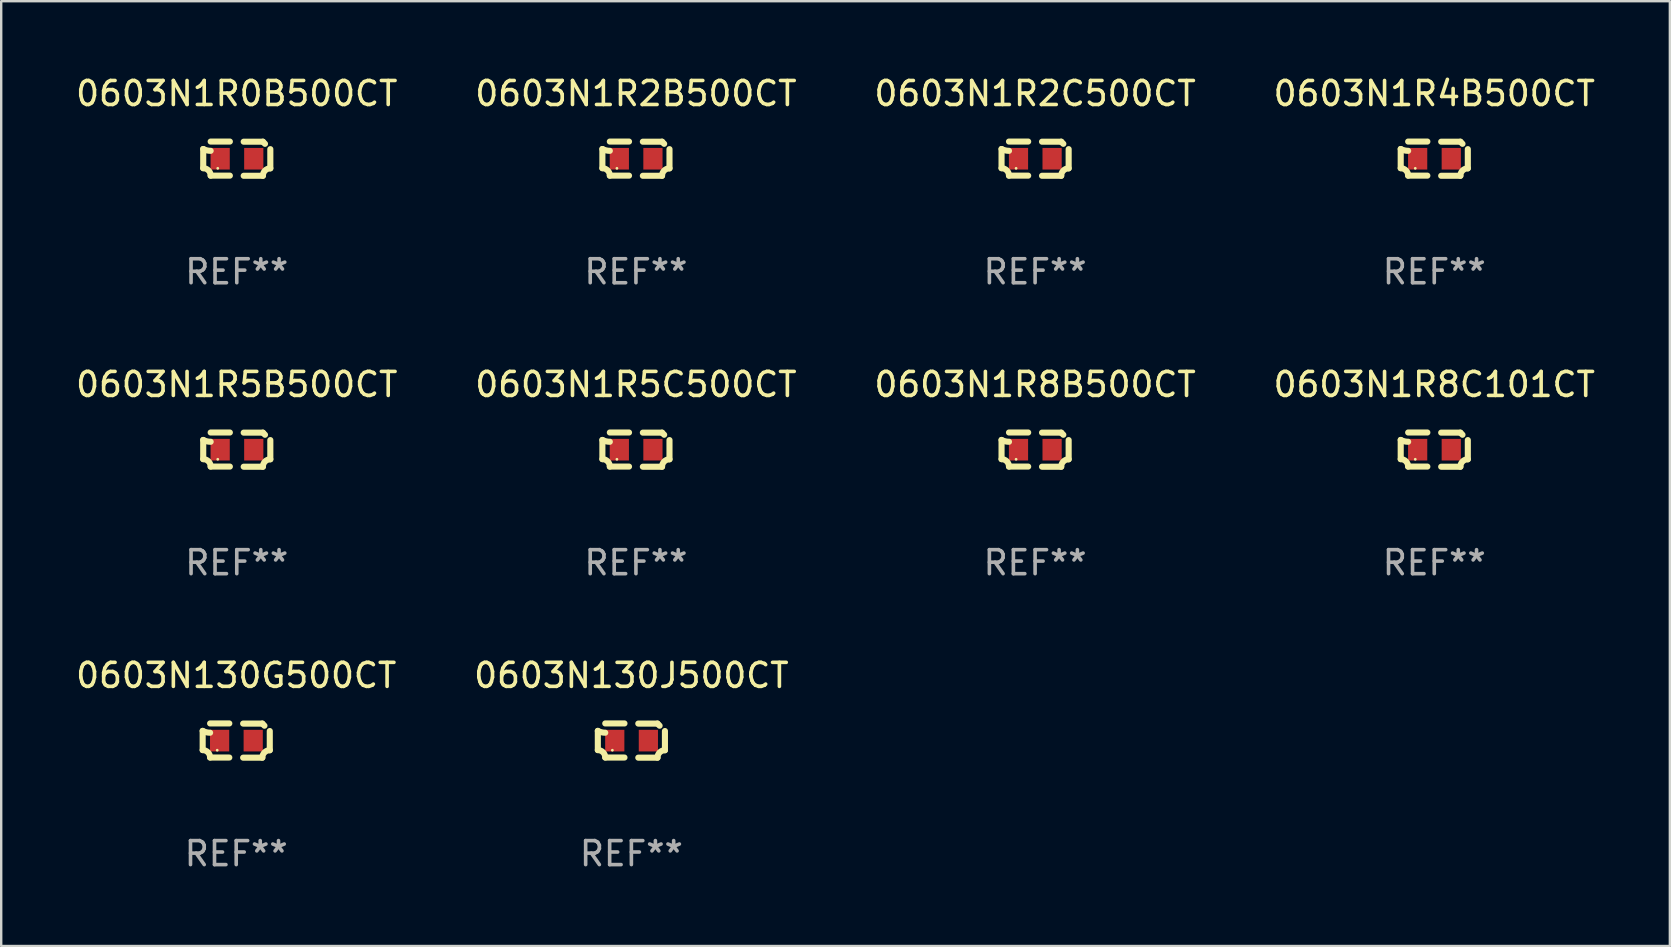
<source format=kicad_pcb>
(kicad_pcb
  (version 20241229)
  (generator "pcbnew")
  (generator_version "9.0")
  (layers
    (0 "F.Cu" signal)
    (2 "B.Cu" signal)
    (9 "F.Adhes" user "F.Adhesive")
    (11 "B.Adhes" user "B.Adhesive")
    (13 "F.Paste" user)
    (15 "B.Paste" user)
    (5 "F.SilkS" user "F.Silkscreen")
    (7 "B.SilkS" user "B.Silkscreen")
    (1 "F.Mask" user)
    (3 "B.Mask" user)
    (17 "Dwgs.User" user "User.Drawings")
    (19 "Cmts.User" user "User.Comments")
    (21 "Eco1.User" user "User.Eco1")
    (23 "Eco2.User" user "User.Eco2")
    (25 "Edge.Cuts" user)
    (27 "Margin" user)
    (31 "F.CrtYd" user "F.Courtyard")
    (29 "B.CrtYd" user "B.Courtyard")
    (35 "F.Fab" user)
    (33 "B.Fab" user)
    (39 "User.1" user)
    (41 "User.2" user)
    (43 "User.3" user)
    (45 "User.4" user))
  (footprint "0603N1R2B500CT"
    (layer "F.Cu")
    (at 23.446 3.561)
    (property "Reference" "0603N1R2B500CT" (at 0 -2.713 0) (layer "F.SilkS") (effects (font (size 1 1) (thickness 0.15))))
    (attr through_hole)
    (fp_line (start -1.398 -0.403) (end -1.398 0.397) (stroke (width 0.254) (type solid)) (layer "F.SilkS"))
    (fp_line (start -0.288 -0.713) (end -1.088 -0.713) (stroke (width 0.254) (type solid)) (layer "F.SilkS"))
    (fp_line (start -0.288 0.707) (end -1.088 0.707) (stroke (width 0.254) (type solid)) (layer "F.SilkS"))
    (fp_line (start 0.288 -0.707) (end 1.088 -0.707) (stroke (width 0.254) (type solid)) (layer "F.SilkS"))
    (fp_line (start 0.288 0.713) (end 1.088 0.713) (stroke (width 0.254) (type solid)) (layer "F.SilkS"))
    (fp_line (start 1.398 -0.397) (end 1.398 0.403) (stroke (width 0.254) (type solid)) (layer "F.SilkS"))
    (fp_arc (start -1.397789 0.397066) (mid -1.178701 0.487826) (end -1.08796 0.706922) (stroke (width 0.254001) (type solid)) (layer "F.SilkS"))
    (fp_arc (start -1.08796 -0.327176) (mid -1.247436 -0.346384) (end -1.39779 -0.402908) (stroke (width 0.254001) (type solid)) (layer "F.SilkS"))
    (fp_arc (start 1.087909 0.712738) (mid 1.178656 0.493655) (end 1.397739 0.402908) (stroke (width 0.254001) (type solid)) (layer "F.SilkS"))
    (fp_arc (start 1.175925 -0.618926) (mid 1.131917 -0.662923) (end 1.08791 -0.706922) (stroke (width 0.254001) (type solid)) (layer "F.SilkS"))
    (fp_circle (center -0.792 0.403) (end -0.762 0.403) (stroke (width 0.06) (type solid)) (fill no) (layer "F.SilkS"))
    (fp_text user "REF**" (at 0 4.713 0) (layer "F.Fab") (effects (font (size 1 1) (thickness 0.15))))
    (pad "1" smd rect (at -0.692 0.003) (size 0.8 0.9) (layers "F.Cu" "F.Mask" "F.Paste"))
    (pad "2" smd rect (at 0.708 0.003) (size 0.8 0.9) (layers "F.Cu" "F.Mask" "F.Paste")))
  (footprint "0603N1R5B500CT"
    (layer "F.Cu")
    (at 6.815 15.683)
    (property "Reference" "0603N1R5B500CT" (at 0 -2.713 0) (layer "F.SilkS") (effects (font (size 1 1) (thickness 0.15))))
    (attr through_hole)
    (fp_line (start -1.398 -0.403) (end -1.398 0.397) (stroke (width 0.254) (type solid)) (layer "F.SilkS"))
    (fp_line (start -0.288 -0.713) (end -1.088 -0.713) (stroke (width 0.254) (type solid)) (layer "F.SilkS"))
    (fp_line (start -0.288 0.707) (end -1.088 0.707) (stroke (width 0.254) (type solid)) (layer "F.SilkS"))
    (fp_line (start 0.288 -0.707) (end 1.088 -0.707) (stroke (width 0.254) (type solid)) (layer "F.SilkS"))
    (fp_line (start 0.288 0.713) (end 1.088 0.713) (stroke (width 0.254) (type solid)) (layer "F.SilkS"))
    (fp_line (start 1.398 -0.397) (end 1.398 0.403) (stroke (width 0.254) (type solid)) (layer "F.SilkS"))
    (fp_arc (start -1.397789 0.397066) (mid -1.178701 0.487826) (end -1.08796 0.706922) (stroke (width 0.254001) (type solid)) (layer "F.SilkS"))
    (fp_arc (start -1.08796 -0.327176) (mid -1.247436 -0.346384) (end -1.39779 -0.402908) (stroke (width 0.254001) (type solid)) (layer "F.SilkS"))
    (fp_arc (start 1.087909 0.712738) (mid 1.178656 0.493655) (end 1.397739 0.402908) (stroke (width 0.254001) (type solid)) (layer "F.SilkS"))
    (fp_arc (start 1.175925 -0.618926) (mid 1.131917 -0.662923) (end 1.08791 -0.706922) (stroke (width 0.254001) (type solid)) (layer "F.SilkS"))
    (fp_circle (center -0.792 0.403) (end -0.762 0.403) (stroke (width 0.06) (type solid)) (fill no) (layer "F.SilkS"))
    (fp_text user "REF**" (at 0 4.713 0) (layer "F.Fab") (effects (font (size 1 1) (thickness 0.15))))
    (pad "1" smd rect (at -0.692 0.003) (size 0.8 0.9) (layers "F.Cu" "F.Mask" "F.Paste"))
    (pad "2" smd rect (at 0.708 0.003) (size 0.8 0.9) (layers "F.Cu" "F.Mask" "F.Paste")))
  (footprint "0603N130J500CT"
    (layer "F.Cu")
    (at 23.256 27.805)
    (property "Reference" "0603N130J500CT" (at 0 -2.713 0) (layer "F.SilkS") (effects (font (size 1 1) (thickness 0.15))))
    (attr through_hole)
    (fp_line (start -1.398 -0.403) (end -1.398 0.397) (stroke (width 0.254) (type solid)) (layer "F.SilkS"))
    (fp_line (start -0.288 -0.713) (end -1.088 -0.713) (stroke (width 0.254) (type solid)) (layer "F.SilkS"))
    (fp_line (start -0.288 0.707) (end -1.088 0.707) (stroke (width 0.254) (type solid)) (layer "F.SilkS"))
    (fp_line (start 0.288 -0.707) (end 1.088 -0.707) (stroke (width 0.254) (type solid)) (layer "F.SilkS"))
    (fp_line (start 0.288 0.713) (end 1.088 0.713) (stroke (width 0.254) (type solid)) (layer "F.SilkS"))
    (fp_line (start 1.398 -0.397) (end 1.398 0.403) (stroke (width 0.254) (type solid)) (layer "F.SilkS"))
    (fp_arc (start -1.397789 0.397066) (mid -1.178701 0.487826) (end -1.08796 0.706922) (stroke (width 0.254001) (type solid)) (layer "F.SilkS"))
    (fp_arc (start -1.08796 -0.327176) (mid -1.247436 -0.346384) (end -1.39779 -0.402908) (stroke (width 0.254001) (type solid)) (layer "F.SilkS"))
    (fp_arc (start 1.087909 0.712738) (mid 1.178656 0.493655) (end 1.397739 0.402908) (stroke (width 0.254001) (type solid)) (layer "F.SilkS"))
    (fp_arc (start 1.175925 -0.618926) (mid 1.131917 -0.662923) (end 1.08791 -0.706922) (stroke (width 0.254001) (type solid)) (layer "F.SilkS"))
    (fp_circle (center -0.792 0.403) (end -0.762 0.403) (stroke (width 0.06) (type solid)) (fill no) (layer "F.SilkS"))
    (fp_text user "REF**" (at 0 4.713 0) (layer "F.Fab") (effects (font (size 1 1) (thickness 0.15))))
    (pad "1" smd rect (at -0.692 0.003) (size 0.8 0.9) (layers "F.Cu" "F.Mask" "F.Paste"))
    (pad "2" smd rect (at 0.708 0.003) (size 0.8 0.9) (layers "F.Cu" "F.Mask" "F.Paste")))
  (footprint "0603N1R8B500CT"
    (layer "F.Cu")
    (at 40.077 15.683)
    (property "Reference" "0603N1R8B500CT" (at 0 -2.713 0) (layer "F.SilkS") (effects (font (size 1 1) (thickness 0.15))))
    (attr through_hole)
    (fp_line (start -1.398 -0.403) (end -1.398 0.397) (stroke (width 0.254) (type solid)) (layer "F.SilkS"))
    (fp_line (start -0.288 -0.713) (end -1.088 -0.713) (stroke (width 0.254) (type solid)) (layer "F.SilkS"))
    (fp_line (start -0.288 0.707) (end -1.088 0.707) (stroke (width 0.254) (type solid)) (layer "F.SilkS"))
    (fp_line (start 0.288 -0.707) (end 1.088 -0.707) (stroke (width 0.254) (type solid)) (layer "F.SilkS"))
    (fp_line (start 0.288 0.713) (end 1.088 0.713) (stroke (width 0.254) (type solid)) (layer "F.SilkS"))
    (fp_line (start 1.398 -0.397) (end 1.398 0.403) (stroke (width 0.254) (type solid)) (layer "F.SilkS"))
    (fp_arc (start -1.397789 0.397066) (mid -1.178701 0.487826) (end -1.08796 0.706922) (stroke (width 0.254001) (type solid)) (layer "F.SilkS"))
    (fp_arc (start -1.08796 -0.327176) (mid -1.247436 -0.346384) (end -1.39779 -0.402908) (stroke (width 0.254001) (type solid)) (layer "F.SilkS"))
    (fp_arc (start 1.087909 0.712738) (mid 1.178656 0.493655) (end 1.397739 0.402908) (stroke (width 0.254001) (type solid)) (layer "F.SilkS"))
    (fp_arc (start 1.175925 -0.618926) (mid 1.131917 -0.662923) (end 1.08791 -0.706922) (stroke (width 0.254001) (type solid)) (layer "F.SilkS"))
    (fp_circle (center -0.792 0.403) (end -0.762 0.403) (stroke (width 0.06) (type solid)) (fill no) (layer "F.SilkS"))
    (fp_text user "REF**" (at 0 4.713 0) (layer "F.Fab") (effects (font (size 1 1) (thickness 0.15))))
    (pad "1" smd rect (at -0.692 0.003) (size 0.8 0.9) (layers "F.Cu" "F.Mask" "F.Paste"))
    (pad "2" smd rect (at 0.708 0.003) (size 0.8 0.9) (layers "F.Cu" "F.Mask" "F.Paste")))
  (footprint "0603N130G500CT"
    (layer "F.Cu")
    (at 6.792 27.805)
    (property "Reference" "0603N130G500CT" (at 0 -2.713 0) (layer "F.SilkS") (effects (font (size 1 1) (thickness 0.15))))
    (attr through_hole)
    (fp_line (start -1.398 -0.403) (end -1.398 0.397) (stroke (width 0.254) (type solid)) (layer "F.SilkS"))
    (fp_line (start -0.288 -0.713) (end -1.088 -0.713) (stroke (width 0.254) (type solid)) (layer "F.SilkS"))
    (fp_line (start -0.288 0.707) (end -1.088 0.707) (stroke (width 0.254) (type solid)) (layer "F.SilkS"))
    (fp_line (start 0.288 -0.707) (end 1.088 -0.707) (stroke (width 0.254) (type solid)) (layer "F.SilkS"))
    (fp_line (start 0.288 0.713) (end 1.088 0.713) (stroke (width 0.254) (type solid)) (layer "F.SilkS"))
    (fp_line (start 1.398 -0.397) (end 1.398 0.403) (stroke (width 0.254) (type solid)) (layer "F.SilkS"))
    (fp_arc (start -1.397789 0.397066) (mid -1.178701 0.487826) (end -1.08796 0.706922) (stroke (width 0.254001) (type solid)) (layer "F.SilkS"))
    (fp_arc (start -1.08796 -0.327176) (mid -1.247436 -0.346384) (end -1.39779 -0.402908) (stroke (width 0.254001) (type solid)) (layer "F.SilkS"))
    (fp_arc (start 1.087909 0.712738) (mid 1.178656 0.493655) (end 1.397739 0.402908) (stroke (width 0.254001) (type solid)) (layer "F.SilkS"))
    (fp_arc (start 1.175925 -0.618926) (mid 1.131917 -0.662923) (end 1.08791 -0.706922) (stroke (width 0.254001) (type solid)) (layer "F.SilkS"))
    (fp_circle (center -0.792 0.403) (end -0.762 0.403) (stroke (width 0.06) (type solid)) (fill no) (layer "F.SilkS"))
    (fp_text user "REF**" (at 0 4.713 0) (layer "F.Fab") (effects (font (size 1 1) (thickness 0.15))))
    (pad "1" smd rect (at -0.692 0.003) (size 0.8 0.9) (layers "F.Cu" "F.Mask" "F.Paste"))
    (pad "2" smd rect (at 0.708 0.003) (size 0.8 0.9) (layers "F.Cu" "F.Mask" "F.Paste")))
  (footprint "0603N1R2C500CT"
    (layer "F.Cu")
    (at 40.077 3.561)
    (property "Reference" "0603N1R2C500CT" (at 0 -2.713 0) (layer "F.SilkS") (effects (font (size 1 1) (thickness 0.15))))
    (attr through_hole)
    (fp_line (start -1.398 -0.403) (end -1.398 0.397) (stroke (width 0.254) (type solid)) (layer "F.SilkS"))
    (fp_line (start -0.288 -0.713) (end -1.088 -0.713) (stroke (width 0.254) (type solid)) (layer "F.SilkS"))
    (fp_line (start -0.288 0.707) (end -1.088 0.707) (stroke (width 0.254) (type solid)) (layer "F.SilkS"))
    (fp_line (start 0.288 -0.707) (end 1.088 -0.707) (stroke (width 0.254) (type solid)) (layer "F.SilkS"))
    (fp_line (start 0.288 0.713) (end 1.088 0.713) (stroke (width 0.254) (type solid)) (layer "F.SilkS"))
    (fp_line (start 1.398 -0.397) (end 1.398 0.403) (stroke (width 0.254) (type solid)) (layer "F.SilkS"))
    (fp_arc (start -1.397789 0.397066) (mid -1.178701 0.487826) (end -1.08796 0.706922) (stroke (width 0.254001) (type solid)) (layer "F.SilkS"))
    (fp_arc (start -1.08796 -0.327176) (mid -1.247436 -0.346384) (end -1.39779 -0.402908) (stroke (width 0.254001) (type solid)) (layer "F.SilkS"))
    (fp_arc (start 1.087909 0.712738) (mid 1.178656 0.493655) (end 1.397739 0.402908) (stroke (width 0.254001) (type solid)) (layer "F.SilkS"))
    (fp_arc (start 1.175925 -0.618926) (mid 1.131917 -0.662923) (end 1.08791 -0.706922) (stroke (width 0.254001) (type solid)) (layer "F.SilkS"))
    (fp_circle (center -0.792 0.403) (end -0.762 0.403) (stroke (width 0.06) (type solid)) (fill no) (layer "F.SilkS"))
    (fp_text user "REF**" (at 0 4.713 0) (layer "F.Fab") (effects (font (size 1 1) (thickness 0.15))))
    (pad "1" smd rect (at -0.692 0.003) (size 0.8 0.9) (layers "F.Cu" "F.Mask" "F.Paste"))
    (pad "2" smd rect (at 0.708 0.003) (size 0.8 0.9) (layers "F.Cu" "F.Mask" "F.Paste")))
  (footprint "0603N1R8C101CT"
    (layer "F.Cu")
    (at 56.708 15.683)
    (property "Reference" "0603N1R8C101CT" (at 0 -2.713 0) (layer "F.SilkS") (effects (font (size 1 1) (thickness 0.15))))
    (attr through_hole)
    (fp_line (start -1.398 -0.403) (end -1.398 0.397) (stroke (width 0.254) (type solid)) (layer "F.SilkS"))
    (fp_line (start -0.288 -0.713) (end -1.088 -0.713) (stroke (width 0.254) (type solid)) (layer "F.SilkS"))
    (fp_line (start -0.288 0.707) (end -1.088 0.707) (stroke (width 0.254) (type solid)) (layer "F.SilkS"))
    (fp_line (start 0.288 -0.707) (end 1.088 -0.707) (stroke (width 0.254) (type solid)) (layer "F.SilkS"))
    (fp_line (start 0.288 0.713) (end 1.088 0.713) (stroke (width 0.254) (type solid)) (layer "F.SilkS"))
    (fp_line (start 1.398 -0.397) (end 1.398 0.403) (stroke (width 0.254) (type solid)) (layer "F.SilkS"))
    (fp_arc (start -1.397789 0.397066) (mid -1.178701 0.487826) (end -1.08796 0.706922) (stroke (width 0.254001) (type solid)) (layer "F.SilkS"))
    (fp_arc (start -1.08796 -0.327176) (mid -1.247436 -0.346384) (end -1.39779 -0.402908) (stroke (width 0.254001) (type solid)) (layer "F.SilkS"))
    (fp_arc (start 1.087909 0.712738) (mid 1.178656 0.493655) (end 1.397739 0.402908) (stroke (width 0.254001) (type solid)) (layer "F.SilkS"))
    (fp_arc (start 1.175925 -0.618926) (mid 1.131917 -0.662923) (end 1.08791 -0.706922) (stroke (width 0.254001) (type solid)) (layer "F.SilkS"))
    (fp_circle (center -0.792 0.403) (end -0.762 0.403) (stroke (width 0.06) (type solid)) (fill no) (layer "F.SilkS"))
    (fp_text user "REF**" (at 0 4.713 0) (layer "F.Fab") (effects (font (size 1 1) (thickness 0.15))))
    (pad "1" smd rect (at -0.692 0.003) (size 0.8 0.9) (layers "F.Cu" "F.Mask" "F.Paste"))
    (pad "2" smd rect (at 0.708 0.003) (size 0.8 0.9) (layers "F.Cu" "F.Mask" "F.Paste")))
  (footprint "0603N1R4B500CT"
    (layer "F.Cu")
    (at 56.708 3.561)
    (property "Reference" "0603N1R4B500CT" (at 0 -2.713 0) (layer "F.SilkS") (effects (font (size 1 1) (thickness 0.15))))
    (attr through_hole)
    (fp_line (start -1.398 -0.403) (end -1.398 0.397) (stroke (width 0.254) (type solid)) (layer "F.SilkS"))
    (fp_line (start -0.288 -0.713) (end -1.088 -0.713) (stroke (width 0.254) (type solid)) (layer "F.SilkS"))
    (fp_line (start -0.288 0.707) (end -1.088 0.707) (stroke (width 0.254) (type solid)) (layer "F.SilkS"))
    (fp_line (start 0.288 -0.707) (end 1.088 -0.707) (stroke (width 0.254) (type solid)) (layer "F.SilkS"))
    (fp_line (start 0.288 0.713) (end 1.088 0.713) (stroke (width 0.254) (type solid)) (layer "F.SilkS"))
    (fp_line (start 1.398 -0.397) (end 1.398 0.403) (stroke (width 0.254) (type solid)) (layer "F.SilkS"))
    (fp_arc (start -1.397789 0.397066) (mid -1.178701 0.487826) (end -1.08796 0.706922) (stroke (width 0.254001) (type solid)) (layer "F.SilkS"))
    (fp_arc (start -1.08796 -0.327176) (mid -1.247436 -0.346384) (end -1.39779 -0.402908) (stroke (width 0.254001) (type solid)) (layer "F.SilkS"))
    (fp_arc (start 1.087909 0.712738) (mid 1.178656 0.493655) (end 1.397739 0.402908) (stroke (width 0.254001) (type solid)) (layer "F.SilkS"))
    (fp_arc (start 1.175925 -0.618926) (mid 1.131917 -0.662923) (end 1.08791 -0.706922) (stroke (width 0.254001) (type solid)) (layer "F.SilkS"))
    (fp_circle (center -0.792 0.403) (end -0.762 0.403) (stroke (width 0.06) (type solid)) (fill no) (layer "F.SilkS"))
    (fp_text user "REF**" (at 0 4.713 0) (layer "F.Fab") (effects (font (size 1 1) (thickness 0.15))))
    (pad "1" smd rect (at -0.692 0.003) (size 0.8 0.9) (layers "F.Cu" "F.Mask" "F.Paste"))
    (pad "2" smd rect (at 0.708 0.003) (size 0.8 0.9) (layers "F.Cu" "F.Mask" "F.Paste")))
  (footprint "0603N1R0B500CT"
    (layer "F.Cu")
    (at 6.815 3.561)
    (property "Reference" "0603N1R0B500CT" (at 0 -2.713 0) (layer "F.SilkS") (effects (font (size 1 1) (thickness 0.15))))
    (attr through_hole)
    (fp_line (start -1.398 -0.403) (end -1.398 0.397) (stroke (width 0.254) (type solid)) (layer "F.SilkS"))
    (fp_line (start -0.288 -0.713) (end -1.088 -0.713) (stroke (width 0.254) (type solid)) (layer "F.SilkS"))
    (fp_line (start -0.288 0.707) (end -1.088 0.707) (stroke (width 0.254) (type solid)) (layer "F.SilkS"))
    (fp_line (start 0.288 -0.707) (end 1.088 -0.707) (stroke (width 0.254) (type solid)) (layer "F.SilkS"))
    (fp_line (start 0.288 0.713) (end 1.088 0.713) (stroke (width 0.254) (type solid)) (layer "F.SilkS"))
    (fp_line (start 1.398 -0.397) (end 1.398 0.403) (stroke (width 0.254) (type solid)) (layer "F.SilkS"))
    (fp_arc (start -1.397789 0.397066) (mid -1.178701 0.487826) (end -1.08796 0.706922) (stroke (width 0.254001) (type solid)) (layer "F.SilkS"))
    (fp_arc (start -1.08796 -0.327176) (mid -1.247436 -0.346384) (end -1.39779 -0.402908) (stroke (width 0.254001) (type solid)) (layer "F.SilkS"))
    (fp_arc (start 1.087909 0.712738) (mid 1.178656 0.493655) (end 1.397739 0.402908) (stroke (width 0.254001) (type solid)) (layer "F.SilkS"))
    (fp_arc (start 1.175925 -0.618926) (mid 1.131917 -0.662923) (end 1.08791 -0.706922) (stroke (width 0.254001) (type solid)) (layer "F.SilkS"))
    (fp_circle (center -0.792 0.403) (end -0.762 0.403) (stroke (width 0.06) (type solid)) (fill no) (layer "F.SilkS"))
    (fp_text user "REF**" (at 0 4.713 0) (layer "F.Fab") (effects (font (size 1 1) (thickness 0.15))))
    (pad "1" smd rect (at -0.692 0.003) (size 0.8 0.9) (layers "F.Cu" "F.Mask" "F.Paste"))
    (pad "2" smd rect (at 0.708 0.003) (size 0.8 0.9) (layers "F.Cu" "F.Mask" "F.Paste")))
  (footprint "0603N1R5C500CT"
    (layer "F.Cu")
    (at 23.446 15.683)
    (property "Reference" "0603N1R5C500CT" (at 0 -2.713 0) (layer "F.SilkS") (effects (font (size 1 1) (thickness 0.15))))
    (attr through_hole)
    (fp_line (start -1.398 -0.403) (end -1.398 0.397) (stroke (width 0.254) (type solid)) (layer "F.SilkS"))
    (fp_line (start -0.288 -0.713) (end -1.088 -0.713) (stroke (width 0.254) (type solid)) (layer "F.SilkS"))
    (fp_line (start -0.288 0.707) (end -1.088 0.707) (stroke (width 0.254) (type solid)) (layer "F.SilkS"))
    (fp_line (start 0.288 -0.707) (end 1.088 -0.707) (stroke (width 0.254) (type solid)) (layer "F.SilkS"))
    (fp_line (start 0.288 0.713) (end 1.088 0.713) (stroke (width 0.254) (type solid)) (layer "F.SilkS"))
    (fp_line (start 1.398 -0.397) (end 1.398 0.403) (stroke (width 0.254) (type solid)) (layer "F.SilkS"))
    (fp_arc (start -1.397789 0.397066) (mid -1.178701 0.487826) (end -1.08796 0.706922) (stroke (width 0.254001) (type solid)) (layer "F.SilkS"))
    (fp_arc (start -1.08796 -0.327176) (mid -1.247436 -0.346384) (end -1.39779 -0.402908) (stroke (width 0.254001) (type solid)) (layer "F.SilkS"))
    (fp_arc (start 1.087909 0.712738) (mid 1.178656 0.493655) (end 1.397739 0.402908) (stroke (width 0.254001) (type solid)) (layer "F.SilkS"))
    (fp_arc (start 1.175925 -0.618926) (mid 1.131917 -0.662923) (end 1.08791 -0.706922) (stroke (width 0.254001) (type solid)) (layer "F.SilkS"))
    (fp_circle (center -0.792 0.403) (end -0.762 0.403) (stroke (width 0.06) (type solid)) (fill no) (layer "F.SilkS"))
    (fp_text user "REF**" (at 0 4.713 0) (layer "F.Fab") (effects (font (size 1 1) (thickness 0.15))))
    (pad "1" smd rect (at -0.692 0.003) (size 0.8 0.9) (layers "F.Cu" "F.Mask" "F.Paste"))
    (pad "2" smd rect (at 0.708 0.003) (size 0.8 0.9) (layers "F.Cu" "F.Mask" "F.Paste")))
  (gr_rect
    (start -3 -3)
    (end 66.524 36.366)
    (stroke (width 0.1) (type default))
    (fill no)
    (layer "Edge.Cuts")))
</source>
